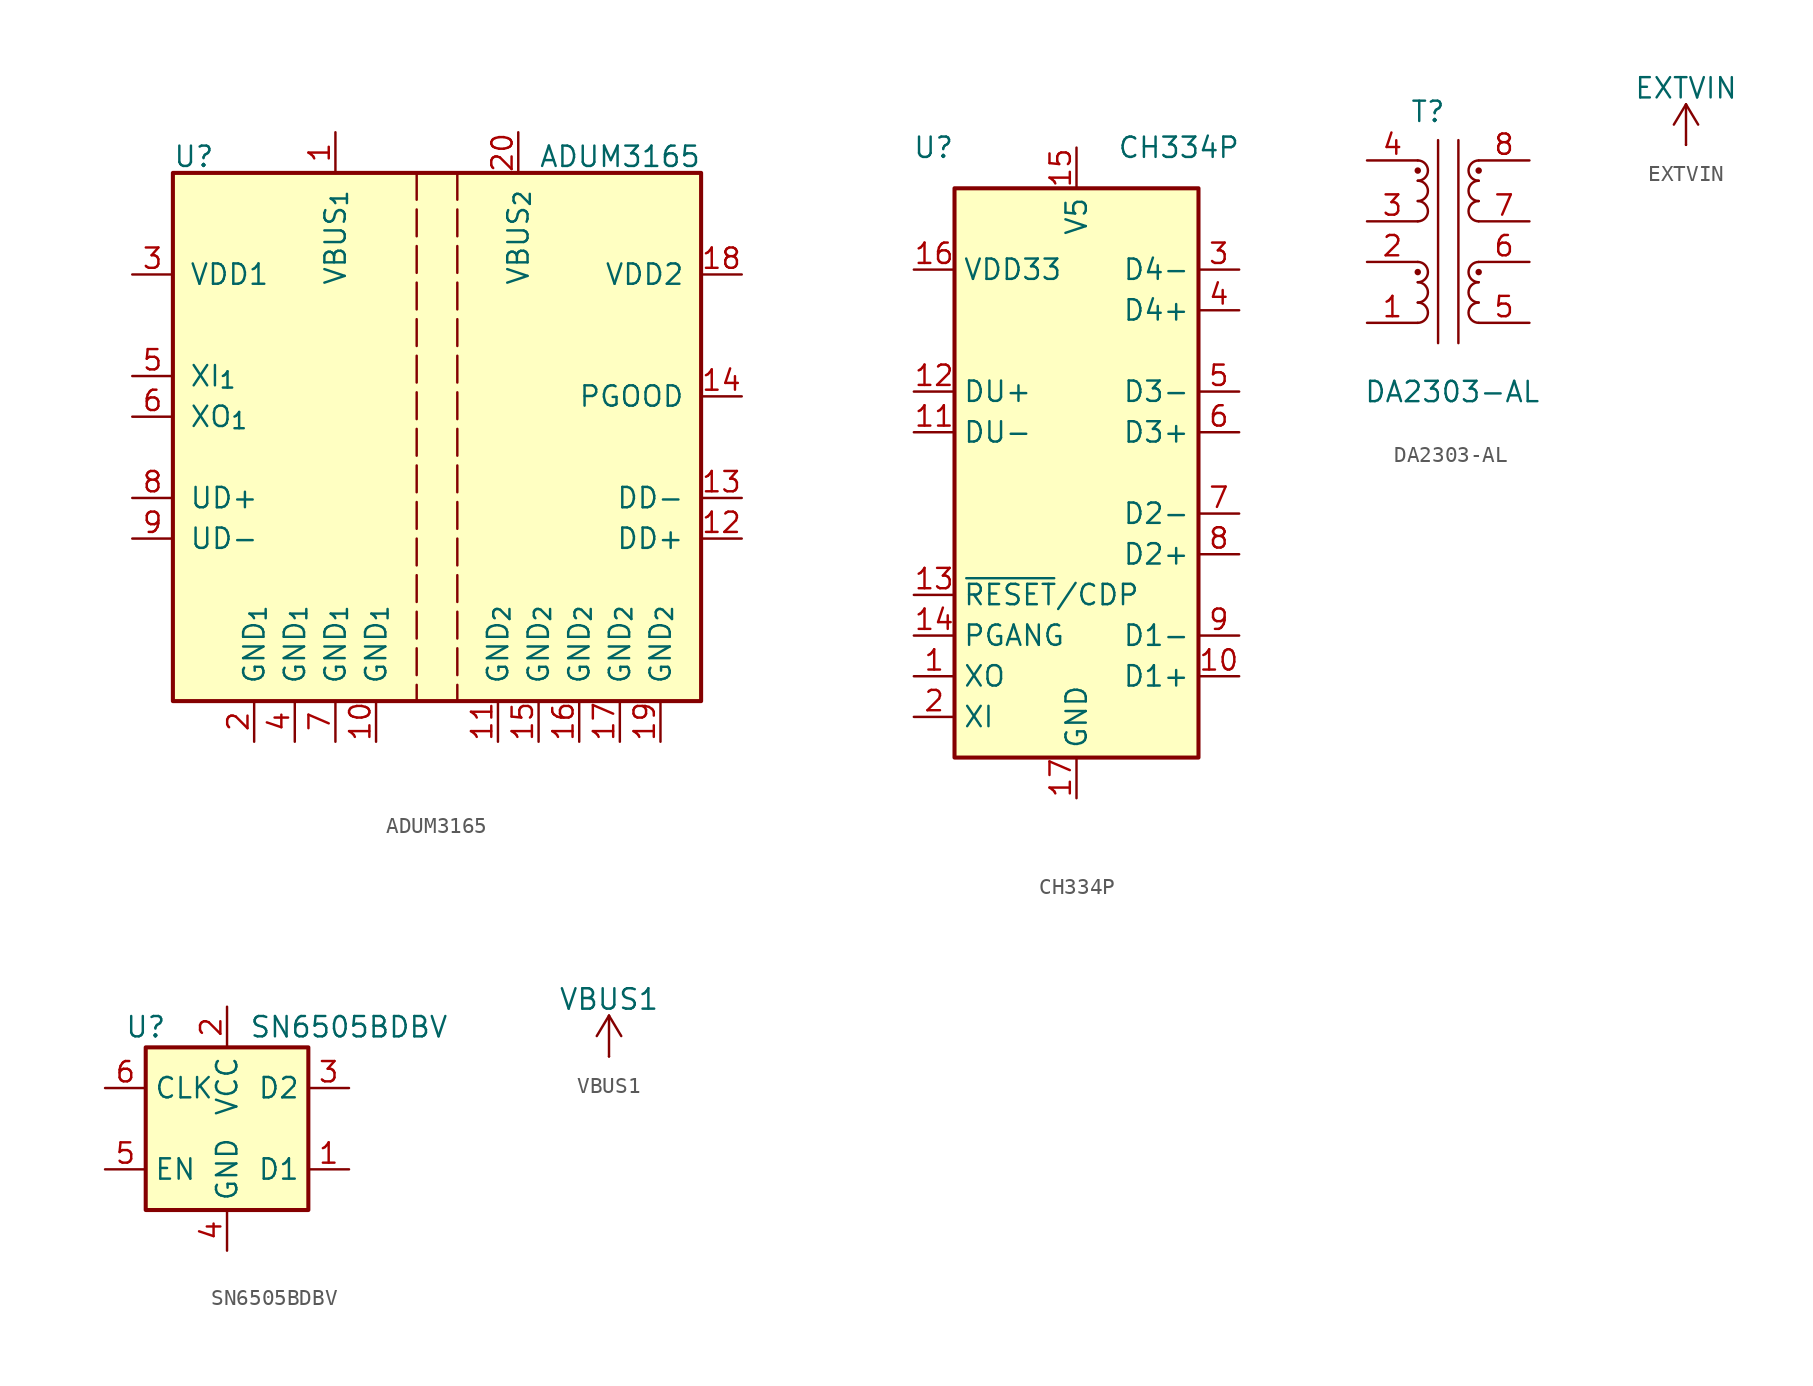
<source format=kicad_sym>
(kicad_symbol_lib
  (version 20231120)
  (generator "kicad_symbol_editor")
  (generator_version "8.0")
  (symbol "ADUM3165"
    (pin_names
      (offset 1.016))
    (property "Reference" "U"
      (at -16.51 17.526 0)
      (effects (font (size 1.27 1.27)) (justify left)))
    (property "Value" "ADUM3165"
      (at 6.35 17.526 0)
      (effects (font (size 1.27 1.27)) (justify left)))
    (symbol "ADUM3165_0_1"
      (rectangle (start -16.51 16.51) (end 16.51 -16.51) (stroke (width 0.254) (type default)) (fill (type background))))
    (symbol "ADUM3165_1_1"
      (polyline (pts (xy -1.27 16.51) (xy -1.27 -16.51)) (stroke (width 0) (type dash)) (fill (type none)))
      (polyline (pts (xy 1.27 16.51) (xy 1.27 -16.51)) (stroke (width 0) (type dash)) (fill (type none)))
      (pin power_in line (at -6.35 19.05 270) (length 2.54) (name "VBUS_{1}" (effects (font (size 1.27 1.27)))) (number "1" (effects (font (size 1.27 1.27)))))
      (pin power_in line (at -3.81 -19.05 90) (length 2.54) (name "GND_{1}" (effects (font (size 1.27 1.27)))) (number "10" (effects (font (size 1.27 1.27)))))
      (pin power_in line (at 3.81 -19.05 90) (length 2.54) (name "GND_{2}" (effects (font (size 1.27 1.27)))) (number "11" (effects (font (size 1.27 1.27)))))
      (pin bidirectional line (at 19.05 -6.35 180) (length 2.54) (name "DD+" (effects (font (size 1.27 1.27)))) (number "12" (effects (font (size 1.27 1.27)))))
      (pin bidirectional line (at 19.05 -3.81 180) (length 2.54) (name "DD-" (effects (font (size 1.27 1.27)))) (number "13" (effects (font (size 1.27 1.27)))))
      (pin output line (at 19.05 2.54 180) (length 2.54) (name "PGOOD" (effects (font (size 1.27 1.27)))) (number "14" (effects (font (size 1.27 1.27)))))
      (pin power_in line (at 6.35 -19.05 90) (length 2.54) (name "GND_{2}" (effects (font (size 1.27 1.27)))) (number "15" (effects (font (size 1.27 1.27)))))
      (pin power_in line (at 8.89 -19.05 90) (length 2.54) (name "GND_{2}" (effects (font (size 1.27 1.27)))) (number "16" (effects (font (size 1.27 1.27)))))
      (pin power_in line (at 11.43 -19.05 90) (length 2.54) (name "GND_{2}" (effects (font (size 1.27 1.27)))) (number "17" (effects (font (size 1.27 1.27)))))
      (pin power_in line (at 19.05 10.16 180) (length 2.54) (name "VDD2" (effects (font (size 1.27 1.27)))) (number "18" (effects (font (size 1.27 1.27)))))
      (pin power_in line (at 13.97 -19.05 90) (length 2.54) (name "GND_{2}" (effects (font (size 1.27 1.27)))) (number "19" (effects (font (size 1.27 1.27)))))
      (pin power_in line (at -11.43 -19.05 90) (length 2.54) (name "GND_{1}" (effects (font (size 1.27 1.27)))) (number "2" (effects (font (size 1.27 1.27)))))
      (pin power_in line (at 5.08 19.05 270) (length 2.54) (name "VBUS_{2}" (effects (font (size 1.27 1.27)))) (number "20" (effects (font (size 1.27 1.27)))))
      (pin power_in line (at -19.05 10.16 0) (length 2.54) (name "VDD1" (effects (font (size 1.27 1.27)))) (number "3" (effects (font (size 1.27 1.27)))))
      (pin power_in line (at -8.89 -19.05 90) (length 2.54) (name "GND_{1}" (effects (font (size 1.27 1.27)))) (number "4" (effects (font (size 1.27 1.27)))))
      (pin input line (at -19.05 3.81 0) (length 2.54) (name "XI_{1}" (effects (font (size 1.27 1.27)))) (number "5" (effects (font (size 1.27 1.27)))))
      (pin output line (at -19.05 1.27 0) (length 2.54) (name "XO_{1}" (effects (font (size 1.27 1.27)))) (number "6" (effects (font (size 1.27 1.27)))))
      (pin power_in line (at -6.35 -19.05 90) (length 2.54) (name "GND_{1}" (effects (font (size 1.27 1.27)))) (number "7" (effects (font (size 1.27 1.27)))))
      (pin bidirectional line (at -19.05 -3.81 0) (length 2.54) (name "UD+" (effects (font (size 1.27 1.27)))) (number "8" (effects (font (size 1.27 1.27)))))
      (pin bidirectional line (at -19.05 -6.35 0) (length 2.54) (name "UD-" (effects (font (size 1.27 1.27)))) (number "9" (effects (font (size 1.27 1.27)))))))
  (symbol "CH334P"
    (property "Reference" "U"
      (at -7.62 20.32 0)
      (effects (font (size 1.27 1.27)) (justify right)))
    (property "Value" "CH334P"
      (at 2.54 20.32 0)
      (effects (font (size 1.27 1.27)) (justify left)))
    (symbol "CH334P_0_1"
      (rectangle (start -7.62 17.78) (end 7.62 -17.78) (stroke (width 0.254) (type default)) (fill (type background))))
    (symbol "CH334P_1_0"
      (pin input line (at -10.16 -10.16 0) (length 2.54) (name "PGANG" (effects (font (size 1.27 1.27)))) (number "14" (effects (font (size 1.27 1.27))))))
    (symbol "CH334P_1_1"
      (pin passive line (at -10.16 -12.7 0) (length 2.54) (name "XO" (effects (font (size 1.27 1.27)))) (number "1" (effects (font (size 1.27 1.27)))))
      (pin bidirectional line (at 10.16 -12.7 180) (length 2.54) (name "D1+" (effects (font (size 1.27 1.27)))) (number "10" (effects (font (size 1.27 1.27)))))
      (pin bidirectional line (at -10.16 2.54 0) (length 2.54) (name "DU-" (effects (font (size 1.27 1.27)))) (number "11" (effects (font (size 1.27 1.27)))))
      (pin bidirectional line (at -10.16 5.08 0) (length 2.54) (name "DU+" (effects (font (size 1.27 1.27)))) (number "12" (effects (font (size 1.27 1.27)))))
      (pin input line (at -10.16 -7.62 0) (length 2.54) (name "~{RESET}/CDP" (effects (font (size 1.27 1.27)))) (number "13" (effects (font (size 1.27 1.27)))))
      (pin power_in line (at 0 20.32 270) (length 2.54) (name "V5" (effects (font (size 1.27 1.27)))) (number "15" (effects (font (size 1.27 1.27)))))
      (pin passive line (at -10.16 12.7 0) (length 2.54) (name "VDD33" (effects (font (size 1.27 1.27)))) (number "16" (effects (font (size 1.27 1.27)))))
      (pin power_in line (at 0 -20.32 90) (length 2.54) (name "GND" (effects (font (size 1.27 1.27)))) (number "17" (effects (font (size 1.27 1.27)))))
      (pin passive line (at -10.16 -15.24 0) (length 2.54) (name "XI" (effects (font (size 1.27 1.27)))) (number "2" (effects (font (size 1.27 1.27)))))
      (pin bidirectional line (at 10.16 12.7 180) (length 2.54) (name "D4-" (effects (font (size 1.27 1.27)))) (number "3" (effects (font (size 1.27 1.27)))))
      (pin bidirectional line (at 10.16 10.16 180) (length 2.54) (name "D4+" (effects (font (size 1.27 1.27)))) (number "4" (effects (font (size 1.27 1.27)))))
      (pin bidirectional line (at 10.16 5.08 180) (length 2.54) (name "D3-" (effects (font (size 1.27 1.27)))) (number "5" (effects (font (size 1.27 1.27)))))
      (pin bidirectional line (at 10.16 2.54 180) (length 2.54) (name "D3+" (effects (font (size 1.27 1.27)))) (number "6" (effects (font (size 1.27 1.27)))))
      (pin bidirectional line (at 10.16 -2.54 180) (length 2.54) (name "D2-" (effects (font (size 1.27 1.27)))) (number "7" (effects (font (size 1.27 1.27)))))
      (pin bidirectional line (at 10.16 -5.08 180) (length 2.54) (name "D2+" (effects (font (size 1.27 1.27)))) (number "8" (effects (font (size 1.27 1.27)))))
      (pin bidirectional line (at 10.16 -10.16 180) (length 2.54) (name "D1-" (effects (font (size 1.27 1.27)))) (number "9" (effects (font (size 1.27 1.27)))))))
  (symbol "DA2303-AL"
    (pin_names
      (offset 1.016) hide)
    (property "Reference" "T"
      (at -1.27 8.128 0)
      (effects (font (size 1.27 1.27))))
    (property "Value" "DA2303-AL"
      (at 0.254 -9.398 0)
      (effects (font (size 1.27 1.27))))
    (symbol "DA2303-AL_0_1"
      (arc (start -1.905 -5.08) (mid -1.27 -4.445) (end -1.905 -3.81) (stroke (width 0) (type default)) (fill (type none)))
      (arc (start -1.905 -3.81) (mid -1.27 -3.175) (end -1.905 -2.54) (stroke (width 0) (type default)) (fill (type none)))
      (arc (start -1.905 -2.54) (mid -1.27 -1.905) (end -1.905 -1.27) (stroke (width 0) (type default)) (fill (type none)))
      (circle (center -1.905 -1.905) (radius 0.127) (stroke (width 0) (type default)) (fill (type outline)))
      (arc (start -1.905 1.27) (mid -1.27 1.905) (end -1.905 2.54) (stroke (width 0) (type default)) (fill (type none)))
      (arc (start -1.905 2.54) (mid -1.27 3.175) (end -1.905 3.81) (stroke (width 0) (type default)) (fill (type none)))
      (arc (start -1.905 3.81) (mid -1.27 4.445) (end -1.905 5.08) (stroke (width 0) (type default)) (fill (type none)))
      (circle (center -1.905 4.445) (radius 0.127) (stroke (width 0) (type default)) (fill (type outline)))
      (polyline (pts (xy -0.635 -6.35) (xy -0.635 6.35)) (stroke (width 0) (type default)) (fill (type none)))
      (polyline (pts (xy 0.635 6.35) (xy 0.635 -6.35)) (stroke (width 0) (type default)) (fill (type none)))
      (arc (start 1.905 -3.81) (mid 1.27 -4.445) (end 1.905 -5.08) (stroke (width 0) (type default)) (fill (type none)))
      (arc (start 1.905 -2.54) (mid 1.27 -3.175) (end 1.905 -3.81) (stroke (width 0) (type default)) (fill (type none)))
      (circle (center 1.905 -1.905) (radius 0.127) (stroke (width 0) (type default)) (fill (type outline)))
      (arc (start 1.905 -1.27) (mid 1.27 -1.905) (end 1.905 -2.54) (stroke (width 0) (type default)) (fill (type none)))
      (arc (start 1.905 2.54) (mid 1.27 1.905) (end 1.905 1.27) (stroke (width 0) (type default)) (fill (type none)))
      (arc (start 1.905 3.81) (mid 1.27 3.175) (end 1.905 2.54) (stroke (width 0) (type default)) (fill (type none)))
      (circle (center 1.905 4.445) (radius 0.127) (stroke (width 0) (type default)) (fill (type outline)))
      (arc (start 1.905 5.08) (mid 1.27 4.445) (end 1.905 3.81) (stroke (width 0) (type default)) (fill (type none))))
    (symbol "DA2303-AL_1_1"
      (pin passive line (at -5.08 -5.08 0) (length 3.175) (name "OUT2B" (effects (font (size 1.27 1.27)))) (number "1" (effects (font (size 1.27 1.27)))))
      (pin passive line (at -5.08 -1.27 0) (length 3.175) (name "OUT2A" (effects (font (size 1.27 1.27)))) (number "2" (effects (font (size 1.27 1.27)))))
      (pin passive line (at -5.08 1.27 0) (length 3.175) (name "OUT1B" (effects (font (size 1.27 1.27)))) (number "3" (effects (font (size 1.27 1.27)))))
      (pin passive line (at -5.08 5.08 0) (length 3.175) (name "OUT1A" (effects (font (size 1.27 1.27)))) (number "4" (effects (font (size 1.27 1.27)))))
      (pin passive line (at 5.08 -5.08 180) (length 3.175) (name "OUT2B" (effects (font (size 1.27 1.27)))) (number "5" (effects (font (size 1.27 1.27)))))
      (pin passive line (at 5.08 -1.27 180) (length 3.175) (name "OUT2A" (effects (font (size 1.27 1.27)))) (number "6" (effects (font (size 1.27 1.27)))))
      (pin passive line (at 5.08 1.27 180) (length 3.175) (name "OUT1B" (effects (font (size 1.27 1.27)))) (number "7" (effects (font (size 1.27 1.27)))))
      (pin passive line (at 5.08 5.08 180) (length 3.175) (name "OUT1A" (effects (font (size 1.27 1.27)))) (number "8" (effects (font (size 1.27 1.27)))))))
  (symbol "EXTVIN"
    (power)
    (pin_numbers hide)
    (pin_names
      (offset 0) hide)
    (property "Reference" "#PWR"
      (at 0 -3.81 0)
      (effects (font (size 1.27 1.27)) (hide yes)))
    (property "Value" "EXTVIN"
      (at 0 3.556 0)
      (effects (font (size 1.27 1.27))))
    (symbol "EXTVIN_0_1"
      (polyline (pts (xy -0.762 1.27) (xy 0 2.54)) (stroke (width 0) (type default)) (fill (type none)))
      (polyline (pts (xy 0 0) (xy 0 2.54)) (stroke (width 0) (type default)) (fill (type none)))
      (polyline (pts (xy 0 2.54) (xy 0.762 1.27)) (stroke (width 0) (type default)) (fill (type none))))
    (symbol "EXTVIN_1_1"
      (pin power_in line (at 0 0 90) (length 0) (name "~" (effects (font (size 1.27 1.27)))) (number "1" (effects (font (size 1.27 1.27)))))))
  (symbol "SN6505BDBV"
    (property "Reference" "U"
      (at -5.08 6.35 0)
      (effects (font (size 1.27 1.27))))
    (property "Value" "SN6505BDBV"
      (at 7.62 6.35 0)
      (effects (font (size 1.27 1.27))))
    (symbol "SN6505BDBV_0_1"
      (rectangle (start -5.08 5.08) (end 5.08 -5.08) (stroke (width 0.254) (type default)) (fill (type background))))
    (symbol "SN6505BDBV_1_1"
      (pin open_collector line (at 7.62 -2.54 180) (length 2.54) (name "D1" (effects (font (size 1.27 1.27)))) (number "1" (effects (font (size 1.27 1.27)))))
      (pin power_in line (at 0 7.62 270) (length 2.54) (name "VCC" (effects (font (size 1.27 1.27)))) (number "2" (effects (font (size 1.27 1.27)))))
      (pin open_collector line (at 7.62 2.54 180) (length 2.54) (name "D2" (effects (font (size 1.27 1.27)))) (number "3" (effects (font (size 1.27 1.27)))))
      (pin power_in line (at 0 -7.62 90) (length 2.54) (name "GND" (effects (font (size 1.27 1.27)))) (number "4" (effects (font (size 1.27 1.27)))))
      (pin input line (at -7.62 -2.54 0) (length 2.54) (name "EN" (effects (font (size 1.27 1.27)))) (number "5" (effects (font (size 1.27 1.27)))))
      (pin input line (at -7.62 2.54 0) (length 2.54) (name "CLK" (effects (font (size 1.27 1.27)))) (number "6" (effects (font (size 1.27 1.27)))))))
  (symbol "VBUS1"
    (power)
    (pin_numbers hide)
    (pin_names
      (offset 0) hide)
    (property "Reference" "#PWR"
      (at 0 -3.81 0)
      (effects (font (size 1.27 1.27)) (hide yes)))
    (property "Value" "VBUS1"
      (at 0 3.556 0)
      (effects (font (size 1.27 1.27))))
    (symbol "VBUS1_0_1"
      (polyline (pts (xy -0.762 1.27) (xy 0 2.54)) (stroke (width 0) (type default)) (fill (type none)))
      (polyline (pts (xy 0 0) (xy 0 2.54)) (stroke (width 0) (type default)) (fill (type none)))
      (polyline (pts (xy 0 2.54) (xy 0.762 1.27)) (stroke (width 0) (type default)) (fill (type none))))
    (symbol "VBUS1_1_1"
      (pin power_in line (at 0 0 90) (length 0) (name "~" (effects (font (size 1.27 1.27)))) (number "1" (effects (font (size 1.27 1.27))))))))
</source>
